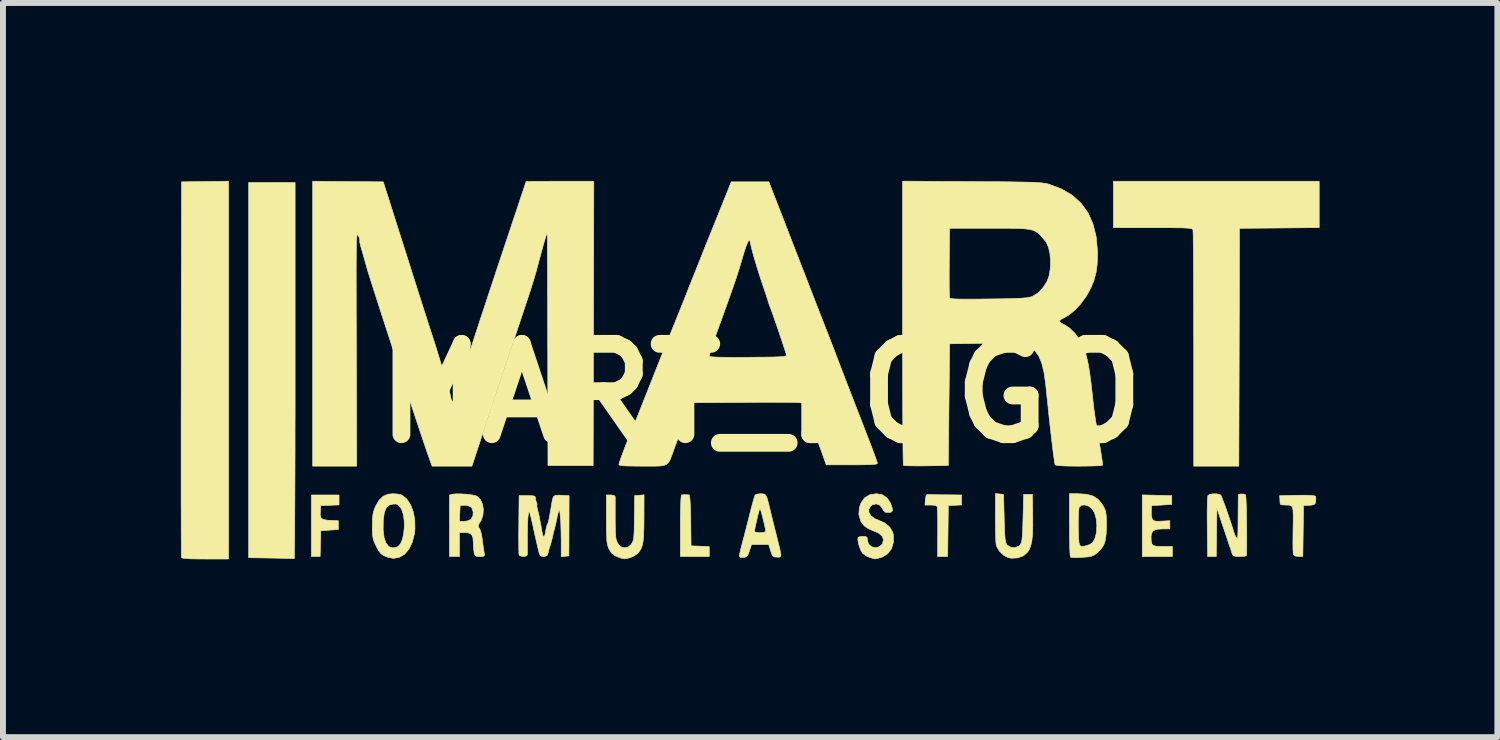
<source format=kicad_pcb>
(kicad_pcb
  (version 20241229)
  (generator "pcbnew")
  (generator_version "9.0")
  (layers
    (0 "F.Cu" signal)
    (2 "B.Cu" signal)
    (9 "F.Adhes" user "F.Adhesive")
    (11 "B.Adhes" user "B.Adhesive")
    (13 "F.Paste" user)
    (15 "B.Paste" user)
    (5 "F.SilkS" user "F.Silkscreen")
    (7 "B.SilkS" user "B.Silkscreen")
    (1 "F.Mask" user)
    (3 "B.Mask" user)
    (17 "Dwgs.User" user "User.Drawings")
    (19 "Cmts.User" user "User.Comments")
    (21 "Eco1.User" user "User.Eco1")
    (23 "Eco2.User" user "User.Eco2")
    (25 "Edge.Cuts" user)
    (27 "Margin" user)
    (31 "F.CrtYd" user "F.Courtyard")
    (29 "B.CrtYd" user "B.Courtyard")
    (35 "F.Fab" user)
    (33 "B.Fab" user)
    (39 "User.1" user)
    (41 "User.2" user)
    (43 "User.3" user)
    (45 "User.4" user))
  (footprint "MART_LOGO"
    (layer "F.Cu")
    (at 9.78 3.584)
    (property "Reference" "MART_LOGO" (at 0 0 0) (layer "F.SilkS") (effects (font (size 1.524 1.524) (thickness 0.3))))
    (attr through_hole)
    (fp_poly (pts (xy -7.112 1.882) (xy -7.265 1.888) (xy -7.419 1.894) (xy -7.426 1.966) (xy -7.43 2.049) (xy -7.417 2.1) (xy -7.38 2.127) (xy -7.312 2.139) (xy -7.265 2.142) (xy -7.123 2.148) (xy -7.123 2.297) (xy -7.271 2.307) (xy -7.419 2.318) (xy -7.425 2.535) (xy -7.431 2.752) (xy -7.578 2.752) (xy -7.578 1.714) (xy -7.112 1.714) (xy -7.112 1.882)) (stroke (width 0.01) (type solid)) (fill yes) (layer "F.SilkS"))
    (fp_poly (pts (xy -1.225 1.711) (xy -1.207 1.712) (xy -1.2 1.734) (xy -1.193 1.793) (xy -1.187 1.887) (xy -1.183 2.011) (xy -1.18 2.143) (xy -1.175 2.572) (xy -1.021 2.578) (xy -0.868 2.584) (xy -0.868 2.752) (xy -1.355 2.752) (xy -1.355 2.233) (xy -1.354 2.057) (xy -1.351 1.916) (xy -1.347 1.809) (xy -1.342 1.741) (xy -1.335 1.713) (xy -1.333 1.712) (xy -1.296 1.71) (xy -1.27 1.71) (xy -1.225 1.711)) (stroke (width 0.01) (type solid)) (fill yes) (layer "F.SilkS"))
    (fp_poly (pts (xy -7.853 -0.381) (xy -7.853 -0.018) (xy -7.853 0.333) (xy -7.854 0.67) (xy -7.854 0.991) (xy -7.855 1.293) (xy -7.856 1.574) (xy -7.857 1.832) (xy -7.859 2.064) (xy -7.86 2.268) (xy -7.861 2.442) (xy -7.863 2.583) (xy -7.865 2.689) (xy -7.866 2.758) (xy -7.868 2.788) (xy -7.869 2.789) (xy -7.894 2.787) (xy -7.955 2.785) (xy -8.043 2.783) (xy -8.153 2.78) (xy -8.26 2.778) (xy -8.636 2.772) (xy -8.636 -3.556) (xy -7.853 -3.556) (xy -7.853 -0.381)) (stroke (width 0.01) (type solid)) (fill yes) (layer "F.SilkS"))
    (fp_poly (pts (xy -8.975 2.794) (xy -9.367 2.794) (xy -9.515 2.793) (xy -9.625 2.791) (xy -9.701 2.786) (xy -9.747 2.78) (xy -9.768 2.77) (xy -9.769 2.768) (xy -9.77 2.744) (xy -9.771 2.68) (xy -9.772 2.578) (xy -9.773 2.442) (xy -9.774 2.272) (xy -9.774 2.072) (xy -9.775 1.843) (xy -9.775 1.589) (xy -9.775 1.311) (xy -9.775 1.011) (xy -9.775 0.693) (xy -9.775 0.359) (xy -9.774 0.01) (xy -9.774 -0.351) (xy -9.774 -0.413) (xy -9.768 -3.567) (xy -8.975 -3.578) (xy -8.975 2.794)) (stroke (width 0.01) (type solid)) (fill yes) (layer "F.SilkS"))
    (fp_poly (pts (xy 2.84 1.707) (xy 2.904 1.708) (xy 2.992 1.71) (xy 3.096 1.711) (xy 3.111 1.711) (xy 3.387 1.714) (xy 3.387 1.882) (xy 3.164 1.894) (xy 3.153 2.752) (xy 2.983 2.752) (xy 2.985 2.34) (xy 2.985 2.211) (xy 2.984 2.096) (xy 2.982 2.003) (xy 2.979 1.937) (xy 2.975 1.907) (xy 2.974 1.906) (xy 2.947 1.892) (xy 2.893 1.885) (xy 2.866 1.884) (xy 2.77 1.884) (xy 2.777 1.794) (xy 2.787 1.733) (xy 2.805 1.707) (xy 2.81 1.706) (xy 2.84 1.707)) (stroke (width 0.01) (type solid)) (fill yes) (layer "F.SilkS"))
    (fp_poly (pts (xy 9.419 -2.795) (xy 8.075 -2.783) (xy 8.064 1.228) (xy 7.303 1.228) (xy 7.303 -0.75) (xy 7.302 -1.036) (xy 7.302 -1.31) (xy 7.301 -1.57) (xy 7.3 -1.812) (xy 7.299 -2.034) (xy 7.298 -2.231) (xy 7.297 -2.402) (xy 7.295 -2.543) (xy 7.294 -2.652) (xy 7.292 -2.725) (xy 7.29 -2.759) (xy 7.29 -2.761) (xy 7.282 -2.77) (xy 7.264 -2.777) (xy 7.233 -2.783) (xy 7.182 -2.788) (xy 7.108 -2.791) (xy 7.007 -2.792) (xy 6.875 -2.794) (xy 6.706 -2.794) (xy 6.612 -2.794) (xy 5.948 -2.794) (xy 5.948 -3.577) (xy 9.419 -3.577) (xy 9.419 -2.795)) (stroke (width 0.01) (type solid)) (fill yes) (layer "F.SilkS"))
    (fp_poly (pts (xy 6.683 1.719) (xy 6.932 1.725) (xy 6.932 1.873) (xy 6.763 1.884) (xy 6.593 1.894) (xy 6.587 1.984) (xy 6.588 2.051) (xy 6.6 2.108) (xy 6.604 2.118) (xy 6.622 2.142) (xy 6.65 2.154) (xy 6.699 2.158) (xy 6.764 2.155) (xy 6.9 2.148) (xy 6.9 2.217) (xy 6.9 2.286) (xy 6.775 2.286) (xy 6.68 2.293) (xy 6.621 2.317) (xy 6.59 2.362) (xy 6.583 2.42) (xy 6.586 2.497) (xy 6.598 2.544) (xy 6.629 2.57) (xy 6.685 2.58) (xy 6.776 2.582) (xy 6.943 2.582) (xy 6.943 2.752) (xy 6.435 2.752) (xy 6.435 1.713) (xy 6.683 1.719)) (stroke (width 0.01) (type solid)) (fill yes) (layer "F.SilkS"))
    (fp_poly (pts (xy 9.278 1.721) (xy 9.337 1.728) (xy 9.356 1.736) (xy 9.363 1.771) (xy 9.36 1.82) (xy 9.351 1.858) (xy 9.329 1.877) (xy 9.282 1.886) (xy 9.253 1.888) (xy 9.155 1.894) (xy 9.143 2.752) (xy 9.069 2.752) (xy 9.011 2.743) (xy 8.983 2.721) (xy 8.98 2.691) (xy 8.977 2.626) (xy 8.976 2.533) (xy 8.977 2.42) (xy 8.978 2.298) (xy 8.981 2.156) (xy 8.981 2.051) (xy 8.978 1.977) (xy 8.97 1.929) (xy 8.954 1.901) (xy 8.93 1.888) (xy 8.894 1.884) (xy 8.846 1.884) (xy 8.846 1.884) (xy 8.793 1.88) (xy 8.763 1.871) (xy 8.761 1.868) (xy 8.758 1.837) (xy 8.756 1.789) (xy 8.752 1.725) (xy 9.047 1.719) (xy 9.18 1.718) (xy 9.278 1.721)) (stroke (width 0.01) (type solid)) (fill yes) (layer "F.SilkS"))
    (fp_poly (pts (xy 4.027 1.697) (xy 4.096 1.704) (xy 4.106 2.109) (xy 4.11 2.252) (xy 4.115 2.359) (xy 4.12 2.435) (xy 4.127 2.488) (xy 4.136 2.524) (xy 4.148 2.547) (xy 4.157 2.559) (xy 4.216 2.596) (xy 4.287 2.602) (xy 4.353 2.577) (xy 4.373 2.559) (xy 4.387 2.539) (xy 4.398 2.512) (xy 4.406 2.471) (xy 4.412 2.41) (xy 4.417 2.323) (xy 4.421 2.203) (xy 4.424 2.109) (xy 4.434 1.704) (xy 4.583 1.704) (xy 4.588 2.053) (xy 4.589 2.229) (xy 4.585 2.369) (xy 4.574 2.478) (xy 4.556 2.563) (xy 4.531 2.629) (xy 4.506 2.671) (xy 4.435 2.737) (xy 4.34 2.774) (xy 4.234 2.781) (xy 4.171 2.77) (xy 4.095 2.729) (xy 4.026 2.663) (xy 3.98 2.585) (xy 3.971 2.554) (xy 3.967 2.514) (xy 3.963 2.439) (xy 3.961 2.338) (xy 3.959 2.218) (xy 3.958 2.092) (xy 3.958 1.691) (xy 4.027 1.697)) (stroke (width 0.01) (type solid)) (fill yes) (layer "F.SilkS"))
    (fp_poly (pts (xy -1.969 2.1) (xy -1.97 2.263) (xy -1.975 2.39) (xy -1.983 2.488) (xy -1.997 2.562) (xy -2.018 2.619) (xy -2.046 2.665) (xy -2.071 2.695) (xy -2.124 2.735) (xy -2.19 2.767) (xy -2.199 2.77) (xy -2.259 2.786) (xy -2.299 2.791) (xy -2.341 2.783) (xy -2.372 2.774) (xy -2.461 2.738) (xy -2.521 2.687) (xy -2.563 2.618) (xy -2.577 2.581) (xy -2.587 2.54) (xy -2.595 2.487) (xy -2.599 2.414) (xy -2.602 2.316) (xy -2.603 2.185) (xy -2.603 2.122) (xy -2.603 1.714) (xy -2.529 1.714) (xy -2.476 1.721) (xy -2.455 1.74) (xy -2.455 1.741) (xy -2.454 1.77) (xy -2.454 1.834) (xy -2.454 1.925) (xy -2.454 2.034) (xy -2.454 2.112) (xy -2.453 2.242) (xy -2.451 2.339) (xy -2.447 2.407) (xy -2.44 2.456) (xy -2.429 2.493) (xy -2.413 2.525) (xy -2.41 2.53) (xy -2.374 2.58) (xy -2.334 2.6) (xy -2.296 2.603) (xy -2.236 2.593) (xy -2.191 2.554) (xy -2.18 2.54) (xy -2.164 2.514) (xy -2.152 2.485) (xy -2.143 2.445) (xy -2.138 2.387) (xy -2.134 2.306) (xy -2.132 2.194) (xy -2.131 2.101) (xy -2.127 1.725) (xy -2.048 1.719) (xy -1.968 1.712) (xy -1.969 2.1)) (stroke (width 0.01) (type solid)) (fill yes) (layer "F.SilkS"))
    (fp_poly (pts (xy -6.13 1.698) (xy -6.068 1.71) (xy -6.047 1.718) (xy -5.969 1.782) (xy -5.905 1.88) (xy -5.859 2.001) (xy -5.834 2.139) (xy -5.831 2.286) (xy -5.84 2.367) (xy -5.877 2.512) (xy -5.934 2.629) (xy -6.009 2.715) (xy -6.098 2.767) (xy -6.198 2.783) (xy -6.292 2.764) (xy -6.358 2.737) (xy -6.405 2.704) (xy -6.444 2.655) (xy -6.485 2.58) (xy -6.492 2.564) (xy -6.52 2.503) (xy -6.537 2.449) (xy -6.547 2.388) (xy -6.55 2.307) (xy -6.55 2.302) (xy -6.368 2.302) (xy -6.353 2.428) (xy -6.321 2.523) (xy -6.274 2.583) (xy -6.212 2.607) (xy -6.138 2.593) (xy -6.118 2.583) (xy -6.075 2.538) (xy -6.043 2.463) (xy -6.022 2.366) (xy -6.011 2.257) (xy -6.013 2.147) (xy -6.027 2.044) (xy -6.055 1.96) (xy -6.073 1.929) (xy -6.112 1.883) (xy -6.152 1.866) (xy -6.197 1.867) (xy -6.266 1.885) (xy -6.315 1.93) (xy -6.347 2.006) (xy -6.364 2.117) (xy -6.366 2.145) (xy -6.368 2.302) (xy -6.55 2.302) (xy -6.55 2.233) (xy -6.548 2.127) (xy -6.541 2.05) (xy -6.528 1.988) (xy -6.506 1.928) (xy -6.495 1.903) (xy -6.435 1.8) (xy -6.365 1.734) (xy -6.279 1.7) (xy -6.202 1.693) (xy -6.13 1.698)) (stroke (width 0.01) (type solid)) (fill yes) (layer "F.SilkS"))
    (fp_poly (pts (xy -5.057 1.696) (xy -4.966 1.701) (xy -4.88 1.712) (xy -4.812 1.725) (xy -4.786 1.735) (xy -4.73 1.787) (xy -4.693 1.865) (xy -4.678 1.959) (xy -4.685 2.056) (xy -4.716 2.144) (xy -4.729 2.164) (xy -4.759 2.214) (xy -4.765 2.243) (xy -4.751 2.268) (xy -4.748 2.27) (xy -4.73 2.306) (xy -4.712 2.37) (xy -4.698 2.45) (xy -4.697 2.458) (xy -4.686 2.546) (xy -4.674 2.626) (xy -4.665 2.682) (xy -4.665 2.683) (xy -4.659 2.727) (xy -4.67 2.746) (xy -4.708 2.752) (xy -4.736 2.752) (xy -4.792 2.748) (xy -4.819 2.732) (xy -4.832 2.694) (xy -4.834 2.686) (xy -4.842 2.621) (xy -4.847 2.543) (xy -4.847 2.525) (xy -4.853 2.438) (xy -4.875 2.384) (xy -4.917 2.357) (xy -4.985 2.349) (xy -5.08 2.349) (xy -5.08 2.752) (xy -5.249 2.752) (xy -5.249 2.159) (xy -5.082 2.159) (xy -5.003 2.159) (xy -4.94 2.15) (xy -4.889 2.127) (xy -4.886 2.124) (xy -4.855 2.07) (xy -4.849 2.003) (xy -4.869 1.94) (xy -4.888 1.917) (xy -4.948 1.889) (xy -4.999 1.888) (xy -5.069 1.894) (xy -5.076 2.027) (xy -5.082 2.159) (xy -5.249 2.159) (xy -5.249 1.715) (xy -5.194 1.701) (xy -5.137 1.695) (xy -5.057 1.696)) (stroke (width 0.01) (type solid)) (fill yes) (layer "F.SilkS"))
    (fp_poly (pts (xy 5.493 1.702) (xy 5.602 1.731) (xy 5.687 1.784) (xy 5.756 1.865) (xy 5.786 1.916) (xy 5.807 1.96) (xy 5.82 2.009) (xy 5.828 2.071) (xy 5.83 2.158) (xy 5.831 2.233) (xy 5.826 2.372) (xy 5.812 2.478) (xy 5.784 2.56) (xy 5.739 2.627) (xy 5.676 2.689) (xy 5.669 2.694) (xy 5.625 2.726) (xy 5.58 2.746) (xy 5.522 2.758) (xy 5.437 2.765) (xy 5.415 2.767) (xy 5.332 2.77) (xy 5.266 2.769) (xy 5.228 2.764) (xy 5.223 2.761) (xy 5.219 2.736) (xy 5.215 2.675) (xy 5.211 2.583) (xy 5.209 2.467) (xy 5.207 2.332) (xy 5.207 2.255) (xy 5.356 2.255) (xy 5.358 2.357) (xy 5.361 2.445) (xy 5.367 2.507) (xy 5.369 2.519) (xy 5.38 2.562) (xy 5.4 2.579) (xy 5.442 2.579) (xy 5.469 2.575) (xy 5.555 2.548) (xy 5.601 2.512) (xy 5.641 2.439) (xy 5.663 2.34) (xy 5.669 2.228) (xy 5.658 2.117) (xy 5.631 2.018) (xy 5.588 1.947) (xy 5.529 1.902) (xy 5.467 1.882) (xy 5.412 1.886) (xy 5.375 1.916) (xy 5.369 1.931) (xy 5.362 1.977) (xy 5.358 2.054) (xy 5.356 2.15) (xy 5.356 2.255) (xy 5.207 2.255) (xy 5.207 2.219) (xy 5.207 1.693) (xy 5.352 1.693) (xy 5.493 1.702)) (stroke (width 0.01) (type solid)) (fill yes) (layer "F.SilkS"))
    (fp_poly (pts (xy 7.69 1.695) (xy 7.741 1.706) (xy 7.762 1.72) (xy 7.775 1.75) (xy 7.799 1.812) (xy 7.83 1.895) (xy 7.864 1.991) (xy 7.898 2.09) (xy 7.93 2.183) (xy 7.955 2.262) (xy 7.972 2.316) (xy 7.975 2.328) (xy 7.995 2.388) (xy 8.015 2.423) (xy 8.026 2.44) (xy 8.034 2.449) (xy 8.04 2.446) (xy 8.044 2.426) (xy 8.047 2.384) (xy 8.049 2.314) (xy 8.05 2.213) (xy 8.051 2.075) (xy 8.051 2.053) (xy 8.054 1.704) (xy 8.104 1.697) (xy 8.152 1.7) (xy 8.176 1.711) (xy 8.181 1.736) (xy 8.185 1.797) (xy 8.189 1.886) (xy 8.192 1.998) (xy 8.194 2.124) (xy 8.196 2.259) (xy 8.197 2.396) (xy 8.196 2.527) (xy 8.195 2.647) (xy 8.192 2.736) (xy 8.173 2.745) (xy 8.123 2.75) (xy 8.077 2.752) (xy 8.011 2.75) (xy 7.974 2.741) (xy 7.956 2.72) (xy 7.947 2.693) (xy 7.933 2.646) (xy 7.924 2.617) (xy 7.913 2.586) (xy 7.911 2.582) (xy 7.9 2.552) (xy 7.879 2.489) (xy 7.85 2.402) (xy 7.815 2.298) (xy 7.797 2.245) (xy 7.694 1.938) (xy 7.688 2.345) (xy 7.683 2.752) (xy 7.537 2.752) (xy 7.531 2.253) (xy 7.53 2.11) (xy 7.53 1.981) (xy 7.532 1.872) (xy 7.535 1.788) (xy 7.539 1.736) (xy 7.542 1.724) (xy 7.573 1.704) (xy 7.628 1.695) (xy 7.69 1.695)) (stroke (width 0.01) (type solid)) (fill yes) (layer "F.SilkS"))
    (fp_poly (pts (xy 2.055 1.712) (xy 2.134 1.766) (xy 2.191 1.856) (xy 2.191 1.857) (xy 2.218 1.934) (xy 2.221 1.981) (xy 2.196 2.005) (xy 2.152 2.011) (xy 2.1 2.004) (xy 2.068 1.975) (xy 2.052 1.942) (xy 2.009 1.886) (xy 1.95 1.864) (xy 1.887 1.877) (xy 1.861 1.896) (xy 1.824 1.952) (xy 1.825 2.011) (xy 1.86 2.068) (xy 1.928 2.115) (xy 1.985 2.138) (xy 2.094 2.187) (xy 2.176 2.257) (xy 2.226 2.341) (xy 2.237 2.385) (xy 2.238 2.513) (xy 2.205 2.621) (xy 2.142 2.705) (xy 2.05 2.761) (xy 2.021 2.77) (xy 1.966 2.785) (xy 1.931 2.792) (xy 1.926 2.792) (xy 1.901 2.786) (xy 1.852 2.772) (xy 1.841 2.769) (xy 1.776 2.74) (xy 1.72 2.698) (xy 1.719 2.698) (xy 1.691 2.653) (xy 1.665 2.589) (xy 1.646 2.52) (xy 1.638 2.461) (xy 1.643 2.429) (xy 1.669 2.418) (xy 1.719 2.413) (xy 1.726 2.413) (xy 1.776 2.417) (xy 1.796 2.435) (xy 1.799 2.473) (xy 1.816 2.538) (xy 1.86 2.582) (xy 1.919 2.602) (xy 1.981 2.595) (xy 2.035 2.559) (xy 2.053 2.535) (xy 2.07 2.468) (xy 2.048 2.408) (xy 1.987 2.357) (xy 1.925 2.33) (xy 1.819 2.285) (xy 1.746 2.235) (xy 1.697 2.173) (xy 1.686 2.152) (xy 1.655 2.041) (xy 1.664 1.926) (xy 1.692 1.848) (xy 1.75 1.764) (xy 1.832 1.713) (xy 1.94 1.694) (xy 1.954 1.693) (xy 2.055 1.712)) (stroke (width 0.01) (type solid)) (fill yes) (layer "F.SilkS"))
    (fp_poly (pts (xy 0.04 1.695) (xy 0.069 1.703) (xy 0.09 1.727) (xy 0.109 1.771) (xy 0.129 1.845) (xy 0.149 1.926) (xy 0.168 2.006) (xy 0.195 2.115) (xy 0.225 2.238) (xy 0.257 2.364) (xy 0.264 2.392) (xy 0.297 2.524) (xy 0.321 2.62) (xy 0.335 2.687) (xy 0.34 2.728) (xy 0.336 2.751) (xy 0.323 2.761) (xy 0.302 2.763) (xy 0.275 2.762) (xy 0.231 2.759) (xy 0.204 2.744) (xy 0.184 2.706) (xy 0.168 2.656) (xy 0.134 2.551) (xy -0.155 2.551) (xy -0.19 2.656) (xy -0.214 2.719) (xy -0.238 2.752) (xy -0.271 2.766) (xy -0.293 2.769) (xy -0.342 2.768) (xy -0.359 2.749) (xy -0.36 2.743) (xy -0.355 2.709) (xy -0.341 2.645) (xy -0.32 2.562) (xy -0.305 2.503) (xy -0.277 2.399) (xy -0.26 2.33) (xy -0.106 2.33) (xy -0.087 2.341) (xy -0.039 2.349) (xy -0.011 2.349) (xy 0.056 2.344) (xy 0.084 2.328) (xy 0.084 2.323) (xy 0.079 2.289) (xy 0.067 2.229) (xy 0.049 2.155) (xy 0.03 2.079) (xy 0.012 2.012) (xy -0.002 1.967) (xy -0.007 1.954) (xy -0.02 1.962) (xy -0.029 1.983) (xy -0.041 2.029) (xy -0.058 2.098) (xy -0.075 2.174) (xy -0.091 2.247) (xy -0.102 2.303) (xy -0.106 2.33) (xy -0.26 2.33) (xy -0.244 2.27) (xy -0.209 2.134) (xy -0.18 2.017) (xy -0.153 1.913) (xy -0.129 1.823) (xy -0.109 1.755) (xy -0.097 1.719) (xy -0.096 1.715) (xy -0.068 1.701) (xy -0.015 1.694) (xy -0.001 1.693) (xy 0.04 1.695)) (stroke (width 0.01) (type solid)) (fill yes) (layer "F.SilkS"))
    (fp_poly (pts (xy -3.36 1.719) (xy -3.232 1.725) (xy -3.235 2.741) (xy -3.3 2.748) (xy -3.365 2.754) (xy -3.365 2.481) (xy -3.367 2.362) (xy -3.37 2.245) (xy -3.374 2.142) (xy -3.38 2.072) (xy -3.388 2.002) (xy -3.395 1.969) (xy -3.402 1.97) (xy -3.412 1.998) (xy -3.413 2) (xy -3.431 2.071) (xy -3.442 2.127) (xy -3.455 2.191) (xy -3.473 2.264) (xy -3.476 2.275) (xy -3.492 2.334) (xy -3.501 2.375) (xy -3.503 2.381) (xy -3.512 2.426) (xy -3.529 2.491) (xy -3.548 2.559) (xy -3.556 2.582) (xy -3.575 2.646) (xy -3.586 2.693) (xy -3.605 2.737) (xy -3.643 2.751) (xy -3.66 2.752) (xy -3.697 2.747) (xy -3.722 2.726) (xy -3.741 2.68) (xy -3.759 2.603) (xy -3.768 2.564) (xy -3.782 2.503) (xy -3.788 2.477) (xy -3.804 2.409) (xy -3.817 2.353) (xy -3.819 2.339) (xy -3.842 2.232) (xy -3.864 2.137) (xy -3.883 2.06) (xy -3.897 2.01) (xy -3.903 1.996) (xy -3.913 2.005) (xy -3.922 2.052) (xy -3.928 2.132) (xy -3.933 2.24) (xy -3.935 2.37) (xy -3.935 2.424) (xy -3.935 2.529) (xy -3.935 2.62) (xy -3.935 2.688) (xy -3.936 2.723) (xy -3.936 2.725) (xy -3.954 2.744) (xy -3.995 2.751) (xy -4.04 2.747) (xy -4.072 2.731) (xy -4.076 2.725) (xy -4.078 2.697) (xy -4.08 2.633) (xy -4.081 2.539) (xy -4.082 2.422) (xy -4.081 2.288) (xy -4.08 2.211) (xy -4.075 1.725) (xy -3.937 1.725) (xy -3.863 1.726) (xy -3.821 1.732) (xy -3.803 1.746) (xy -3.799 1.767) (xy -3.791 1.817) (xy -3.781 1.838) (xy -3.771 1.868) (xy -3.774 1.876) (xy -3.776 1.901) (xy -3.767 1.951) (xy -3.763 1.965) (xy -3.746 2.03) (xy -3.734 2.086) (xy -3.733 2.09) (xy -3.722 2.153) (xy -3.715 2.185) (xy -3.706 2.237) (xy -3.694 2.305) (xy -3.691 2.324) (xy -3.677 2.393) (xy -3.661 2.42) (xy -3.645 2.406) (xy -3.631 2.35) (xy -3.629 2.334) (xy -3.617 2.27) (xy -3.604 2.223) (xy -3.599 2.212) (xy -3.585 2.179) (xy -3.571 2.123) (xy -3.568 2.106) (xy -3.556 2.04) (xy -3.546 1.987) (xy -3.545 1.979) (xy -3.536 1.928) (xy -3.526 1.866) (xy -3.512 1.787) (xy -3.495 1.742) (xy -3.465 1.721) (xy -3.412 1.717) (xy -3.36 1.719)) (stroke (width 0.01) (type solid)) (fill yes) (layer "F.SilkS"))
    (fp_poly (pts (xy -6.962 -3.572) (xy -6.367 -3.567) (xy -6.329 -3.45) (xy -6.311 -3.392) (xy -6.282 -3.303) (xy -6.246 -3.191) (xy -6.207 -3.066) (xy -6.171 -2.953) (xy -6.123 -2.802) (xy -6.071 -2.637) (xy -6.018 -2.472) (xy -5.971 -2.324) (xy -5.949 -2.254) (xy -5.907 -2.122) (xy -5.857 -1.964) (xy -5.804 -1.798) (xy -5.753 -1.637) (xy -5.727 -1.556) (xy -5.684 -1.42) (xy -5.64 -1.284) (xy -5.6 -1.159) (xy -5.566 -1.054) (xy -5.547 -0.995) (xy -5.511 -0.885) (xy -5.471 -0.759) (xy -5.435 -0.641) (xy -5.43 -0.624) (xy -5.401 -0.529) (xy -5.373 -0.438) (xy -5.35 -0.368) (xy -5.344 -0.349) (xy -5.314 -0.257) (xy -5.284 -0.156) (xy -5.257 -0.059) (xy -5.236 0.024) (xy -5.225 0.079) (xy -5.224 0.085) (xy -5.209 0.125) (xy -5.188 0.138) (xy -5.168 0.117) (xy -5.142 0.055) (xy -5.112 -0.045) (xy -5.107 -0.064) (xy -5.09 -0.126) (xy -5.061 -0.221) (xy -5.022 -0.349) (xy -4.97 -0.51) (xy -4.907 -0.705) (xy -4.832 -0.935) (xy -4.745 -1.201) (xy -4.645 -1.503) (xy -4.533 -1.843) (xy -4.408 -2.22) (xy -4.269 -2.637) (xy -4.178 -2.91) (xy -4.125 -3.068) (xy -4.077 -3.213) (xy -4.035 -3.34) (xy -4 -3.443) (xy -3.975 -3.519) (xy -3.961 -3.563) (xy -3.958 -3.572) (xy -3.938 -3.573) (xy -3.881 -3.575) (xy -3.792 -3.576) (xy -3.678 -3.576) (xy -3.543 -3.577) (xy -3.392 -3.577) (xy -2.815 -3.577) (xy -2.826 1.217) (xy -3.588 1.217) (xy -3.592 -0.699) (xy -3.593 -0.981) (xy -3.594 -1.251) (xy -3.594 -1.508) (xy -3.595 -1.747) (xy -3.596 -1.965) (xy -3.596 -2.159) (xy -3.597 -2.327) (xy -3.598 -2.464) (xy -3.598 -2.569) (xy -3.599 -2.637) (xy -3.599 -2.667) (xy -3.599 -2.667) (xy -3.602 -2.685) (xy -3.61 -2.68) (xy -3.623 -2.648) (xy -3.642 -2.586) (xy -3.67 -2.492) (xy -3.705 -2.361) (xy -3.737 -2.244) (xy -3.756 -2.173) (xy -3.773 -2.11) (xy -3.788 -2.052) (xy -3.805 -1.996) (xy -3.822 -1.936) (xy -3.843 -1.869) (xy -3.867 -1.791) (xy -3.897 -1.698) (xy -3.934 -1.587) (xy -3.978 -1.453) (xy -4.032 -1.293) (xy -4.095 -1.102) (xy -4.17 -0.877) (xy -4.212 -0.751) (xy -4.284 -0.536) (xy -4.358 -0.314) (xy -4.433 -0.091) (xy -4.504 0.124) (xy -4.571 0.324) (xy -4.63 0.503) (xy -4.68 0.652) (xy -4.701 0.714) (xy -4.871 1.228) (xy -5.542 1.228) (xy -5.576 1.138) (xy -5.599 1.071) (xy -5.635 0.969) (xy -5.68 0.836) (xy -5.734 0.676) (xy -5.795 0.493) (xy -5.862 0.291) (xy -5.933 0.075) (xy -6.008 -0.151) (xy -6.084 -0.383) (xy -6.161 -0.618) (xy -6.237 -0.85) (xy -6.31 -1.075) (xy -6.38 -1.29) (xy -6.445 -1.49) (xy -6.503 -1.672) (xy -6.554 -1.83) (xy -6.595 -1.961) (xy -6.626 -2.06) (xy -6.645 -2.124) (xy -6.646 -2.127) (xy -6.678 -2.242) (xy -6.707 -2.346) (xy -6.732 -2.432) (xy -6.749 -2.49) (xy -6.753 -2.505) (xy -6.764 -2.554) (xy -6.762 -2.583) (xy -6.765 -2.612) (xy -6.785 -2.657) (xy -6.789 -2.663) (xy -6.795 -2.672) (xy -6.801 -2.675) (xy -6.805 -2.671) (xy -6.81 -2.656) (xy -6.813 -2.628) (xy -6.816 -2.585) (xy -6.818 -2.524) (xy -6.82 -2.443) (xy -6.821 -2.34) (xy -6.822 -2.211) (xy -6.823 -2.055) (xy -6.823 -1.869) (xy -6.822 -1.65) (xy -6.822 -1.397) (xy -6.821 -1.106) (xy -6.82 -0.776) (xy -6.82 -0.748) (xy -6.814 1.228) (xy -7.556 1.228) (xy -7.556 -3.578) (xy -6.962 -3.572)) (stroke (width 0.01) (type solid)) (fill yes) (layer "F.SilkS"))
    (fp_poly (pts (xy 3.561 -3.572) (xy 3.818 -3.57) (xy 4.036 -3.569) (xy 4.219 -3.567) (xy 4.37 -3.564) (xy 4.494 -3.562) (xy 4.593 -3.559) (xy 4.672 -3.555) (xy 4.733 -3.55) (xy 4.781 -3.544) (xy 4.82 -3.538) (xy 4.852 -3.53) (xy 4.858 -3.528) (xy 5.072 -3.448) (xy 5.253 -3.342) (xy 5.402 -3.208) (xy 5.519 -3.046) (xy 5.604 -2.857) (xy 5.658 -2.64) (xy 5.68 -2.395) (xy 5.68 -2.349) (xy 5.675 -2.181) (xy 5.656 -2.039) (xy 5.621 -1.908) (xy 5.569 -1.78) (xy 5.494 -1.642) (xy 5.4 -1.513) (xy 5.297 -1.402) (xy 5.191 -1.317) (xy 5.122 -1.278) (xy 5.07 -1.25) (xy 5.041 -1.225) (xy 5.038 -1.217) (xy 5.055 -1.195) (xy 5.099 -1.167) (xy 5.119 -1.158) (xy 5.209 -1.101) (xy 5.297 -1.015) (xy 5.374 -0.91) (xy 5.398 -0.867) (xy 5.433 -0.795) (xy 5.462 -0.723) (xy 5.487 -0.647) (xy 5.51 -0.559) (xy 5.53 -0.456) (xy 5.55 -0.331) (xy 5.57 -0.18) (xy 5.591 0.004) (xy 5.611 0.191) (xy 5.622 0.28) (xy 5.639 0.398) (xy 5.66 0.535) (xy 5.684 0.68) (xy 5.703 0.795) (xy 5.725 0.92) (xy 5.743 1.031) (xy 5.756 1.121) (xy 5.764 1.183) (xy 5.765 1.211) (xy 5.764 1.212) (xy 5.741 1.217) (xy 5.683 1.221) (xy 5.595 1.225) (xy 5.486 1.227) (xy 5.364 1.228) (xy 5.216 1.227) (xy 5.107 1.224) (xy 5.032 1.22) (xy 4.986 1.213) (xy 4.965 1.204) (xy 4.964 1.201) (xy 4.957 1.168) (xy 4.947 1.098) (xy 4.933 0.999) (xy 4.918 0.875) (xy 4.901 0.734) (xy 4.884 0.581) (xy 4.866 0.423) (xy 4.857 0.339) (xy 4.844 0.207) (xy 4.829 0.071) (xy 4.816 -0.056) (xy 4.805 -0.158) (xy 4.804 -0.166) (xy 4.777 -0.358) (xy 4.739 -0.511) (xy 4.69 -0.628) (xy 4.627 -0.714) (xy 4.569 -0.761) (xy 4.515 -0.787) (xy 4.445 -0.808) (xy 4.357 -0.823) (xy 4.244 -0.834) (xy 4.103 -0.841) (xy 3.928 -0.843) (xy 3.716 -0.842) (xy 3.704 -0.842) (xy 3.186 -0.836) (xy 3.164 1.217) (xy 2.793 1.223) (xy 2.671 1.224) (xy 2.565 1.223) (xy 2.48 1.221) (xy 2.425 1.218) (xy 2.406 1.214) (xy 2.404 1.191) (xy 2.403 1.129) (xy 2.401 1.03) (xy 2.399 0.896) (xy 2.398 0.731) (xy 2.396 0.537) (xy 2.395 0.317) (xy 2.394 0.073) (xy 2.393 -0.191) (xy 2.393 -0.474) (xy 2.392 -0.772) (xy 2.392 -1.083) (xy 2.392 -1.19) (xy 2.392 -1.921) (xy 3.179 -1.921) (xy 3.179 -1.801) (xy 3.181 -1.705) (xy 3.183 -1.641) (xy 3.185 -1.612) (xy 3.185 -1.612) (xy 3.195 -1.604) (xy 3.22 -1.598) (xy 3.265 -1.593) (xy 3.334 -1.59) (xy 3.429 -1.589) (xy 3.557 -1.589) (xy 3.72 -1.59) (xy 3.847 -1.592) (xy 4.035 -1.594) (xy 4.185 -1.597) (xy 4.303 -1.6) (xy 4.393 -1.605) (xy 4.461 -1.61) (xy 4.512 -1.617) (xy 4.551 -1.625) (xy 4.581 -1.636) (xy 4.587 -1.638) (xy 4.679 -1.696) (xy 4.763 -1.784) (xy 4.829 -1.889) (xy 4.862 -1.976) (xy 4.883 -2.097) (xy 4.888 -2.226) (xy 4.878 -2.351) (xy 4.854 -2.461) (xy 4.817 -2.545) (xy 4.803 -2.565) (xy 4.755 -2.622) (xy 4.714 -2.668) (xy 4.675 -2.705) (xy 4.633 -2.733) (xy 4.583 -2.753) (xy 4.52 -2.767) (xy 4.438 -2.776) (xy 4.334 -2.781) (xy 4.201 -2.783) (xy 4.035 -2.783) (xy 3.863 -2.783) (xy 3.186 -2.783) (xy 3.18 -2.212) (xy 3.179 -2.06) (xy 3.179 -1.921) (xy 2.392 -1.921) (xy 2.392 -3.579) (xy 3.561 -3.572)) (stroke (width 0.01) (type solid)) (fill yes) (layer "F.SilkS"))
    (fp_poly (pts (xy 0.376 -2.953) (xy 0.448 -2.768) (xy 0.526 -2.566) (xy 0.606 -2.36) (xy 0.684 -2.159) (xy 0.755 -1.977) (xy 0.807 -1.841) (xy 0.867 -1.688) (xy 0.927 -1.532) (xy 0.985 -1.383) (xy 1.037 -1.25) (xy 1.079 -1.142) (xy 1.095 -1.101) (xy 1.142 -0.982) (xy 1.191 -0.855) (xy 1.237 -0.736) (xy 1.263 -0.667) (xy 1.366 -0.399) (xy 1.466 -0.138) (xy 1.54 0.053) (xy 1.643 0.317) (xy 1.731 0.544) (xy 1.804 0.733) (xy 1.863 0.888) (xy 1.909 1.009) (xy 1.941 1.097) (xy 1.961 1.153) (xy 1.968 1.18) (xy 1.968 1.182) (xy 1.955 1.191) (xy 1.913 1.198) (xy 1.84 1.202) (xy 1.731 1.205) (xy 1.584 1.206) (xy 1.537 1.206) (xy 1.105 1.206) (xy 1.062 1.085) (xy 1.043 1.031) (xy 1.013 0.948) (xy 0.975 0.844) (xy 0.932 0.727) (xy 0.887 0.604) (xy 0.842 0.483) (xy 0.801 0.373) (xy 0.766 0.281) (xy 0.741 0.214) (xy 0.73 0.185) (xy 0.724 0.176) (xy 0.712 0.169) (xy 0.691 0.163) (xy 0.656 0.158) (xy 0.603 0.155) (xy 0.53 0.153) (xy 0.432 0.152) (xy 0.306 0.151) (xy 0.148 0.151) (xy -0.046 0.152) (xy -0.227 0.153) (xy -1.168 0.159) (xy -1.284 0.466) (xy -1.331 0.59) (xy -1.379 0.719) (xy -1.423 0.837) (xy -1.459 0.933) (xy -1.466 0.953) (xy -1.499 1.045) (xy -1.526 1.115) (xy -1.553 1.164) (xy -1.586 1.196) (xy -1.632 1.216) (xy -1.697 1.225) (xy -1.788 1.228) (xy -1.912 1.228) (xy -1.992 1.228) (xy -2.135 1.227) (xy -2.241 1.225) (xy -2.314 1.222) (xy -2.361 1.217) (xy -2.385 1.209) (xy -2.392 1.198) (xy -2.392 1.198) (xy -2.384 1.169) (xy -2.364 1.109) (xy -2.334 1.025) (xy -2.296 0.926) (xy -2.255 0.819) (xy -2.213 0.712) (xy -2.173 0.613) (xy -2.138 0.531) (xy -2.138 0.529) (xy -2.12 0.486) (xy -2.089 0.41) (xy -2.046 0.305) (xy -1.995 0.177) (xy -1.938 0.032) (xy -1.876 -0.124) (xy -1.841 -0.212) (xy -1.778 -0.372) (xy -1.718 -0.524) (xy -1.678 -0.624) (xy -0.868 -0.624) (xy -0.847 -0.618) (xy -0.785 -0.613) (xy -0.682 -0.609) (xy -0.541 -0.608) (xy -0.361 -0.607) (xy -0.217 -0.608) (xy -0.034 -0.61) (xy 0.112 -0.611) (xy 0.223 -0.613) (xy 0.306 -0.616) (xy 0.363 -0.62) (xy 0.4 -0.625) (xy 0.421 -0.632) (xy 0.43 -0.64) (xy 0.431 -0.65) (xy 0.424 -0.679) (xy 0.405 -0.74) (xy 0.377 -0.825) (xy 0.343 -0.927) (xy 0.306 -1.038) (xy 0.267 -1.151) (xy 0.23 -1.257) (xy 0.198 -1.35) (xy 0.172 -1.42) (xy 0.156 -1.46) (xy 0.14 -1.502) (xy 0.137 -1.515) (xy 0.129 -1.542) (xy 0.109 -1.602) (xy 0.082 -1.686) (xy 0.048 -1.786) (xy 0.036 -1.822) (xy -0.013 -1.969) (xy -0.059 -2.115) (xy -0.1 -2.251) (xy -0.134 -2.371) (xy -0.159 -2.466) (xy -0.173 -2.53) (xy -0.174 -2.536) (xy -0.183 -2.575) (xy -0.199 -2.579) (xy -0.22 -2.546) (xy -0.249 -2.475) (xy -0.285 -2.365) (xy -0.31 -2.281) (xy -0.336 -2.192) (xy -0.361 -2.107) (xy -0.389 -2.021) (xy -0.419 -1.928) (xy -0.455 -1.823) (xy -0.498 -1.701) (xy -0.549 -1.557) (xy -0.611 -1.384) (xy -0.686 -1.178) (xy -0.7 -1.139) (xy -0.764 -0.962) (xy -0.812 -0.82) (xy -0.846 -0.715) (xy -0.864 -0.647) (xy -0.868 -0.624) (xy -1.678 -0.624) (xy -1.663 -0.661) (xy -1.616 -0.779) (xy -1.578 -0.872) (xy -1.553 -0.934) (xy -1.545 -0.953) (xy -1.528 -0.994) (xy -1.498 -1.069) (xy -1.455 -1.174) (xy -1.404 -1.303) (xy -1.344 -1.451) (xy -1.279 -1.614) (xy -1.211 -1.786) (xy -1.206 -1.799) (xy -1.137 -1.972) (xy -1.071 -2.137) (xy -1.011 -2.288) (xy -0.958 -2.42) (xy -0.915 -2.529) (xy -0.883 -2.609) (xy -0.864 -2.655) (xy -0.864 -2.656) (xy -0.842 -2.709) (xy -0.808 -2.793) (xy -0.765 -2.9) (xy -0.716 -3.022) (xy -0.664 -3.151) (xy -0.658 -3.164) (xy -0.497 -3.567) (xy 0.137 -3.567) (xy 0.376 -2.953)) (stroke (width 0.01) (type solid)) (fill yes) (layer "F.SilkS")))
  (gr_rect
    (start -3 -3)
    (end 22.204 9.383)
    (stroke (width 0.1) (type default))
    (fill no)
    (layer "Edge.Cuts")))
</source>
